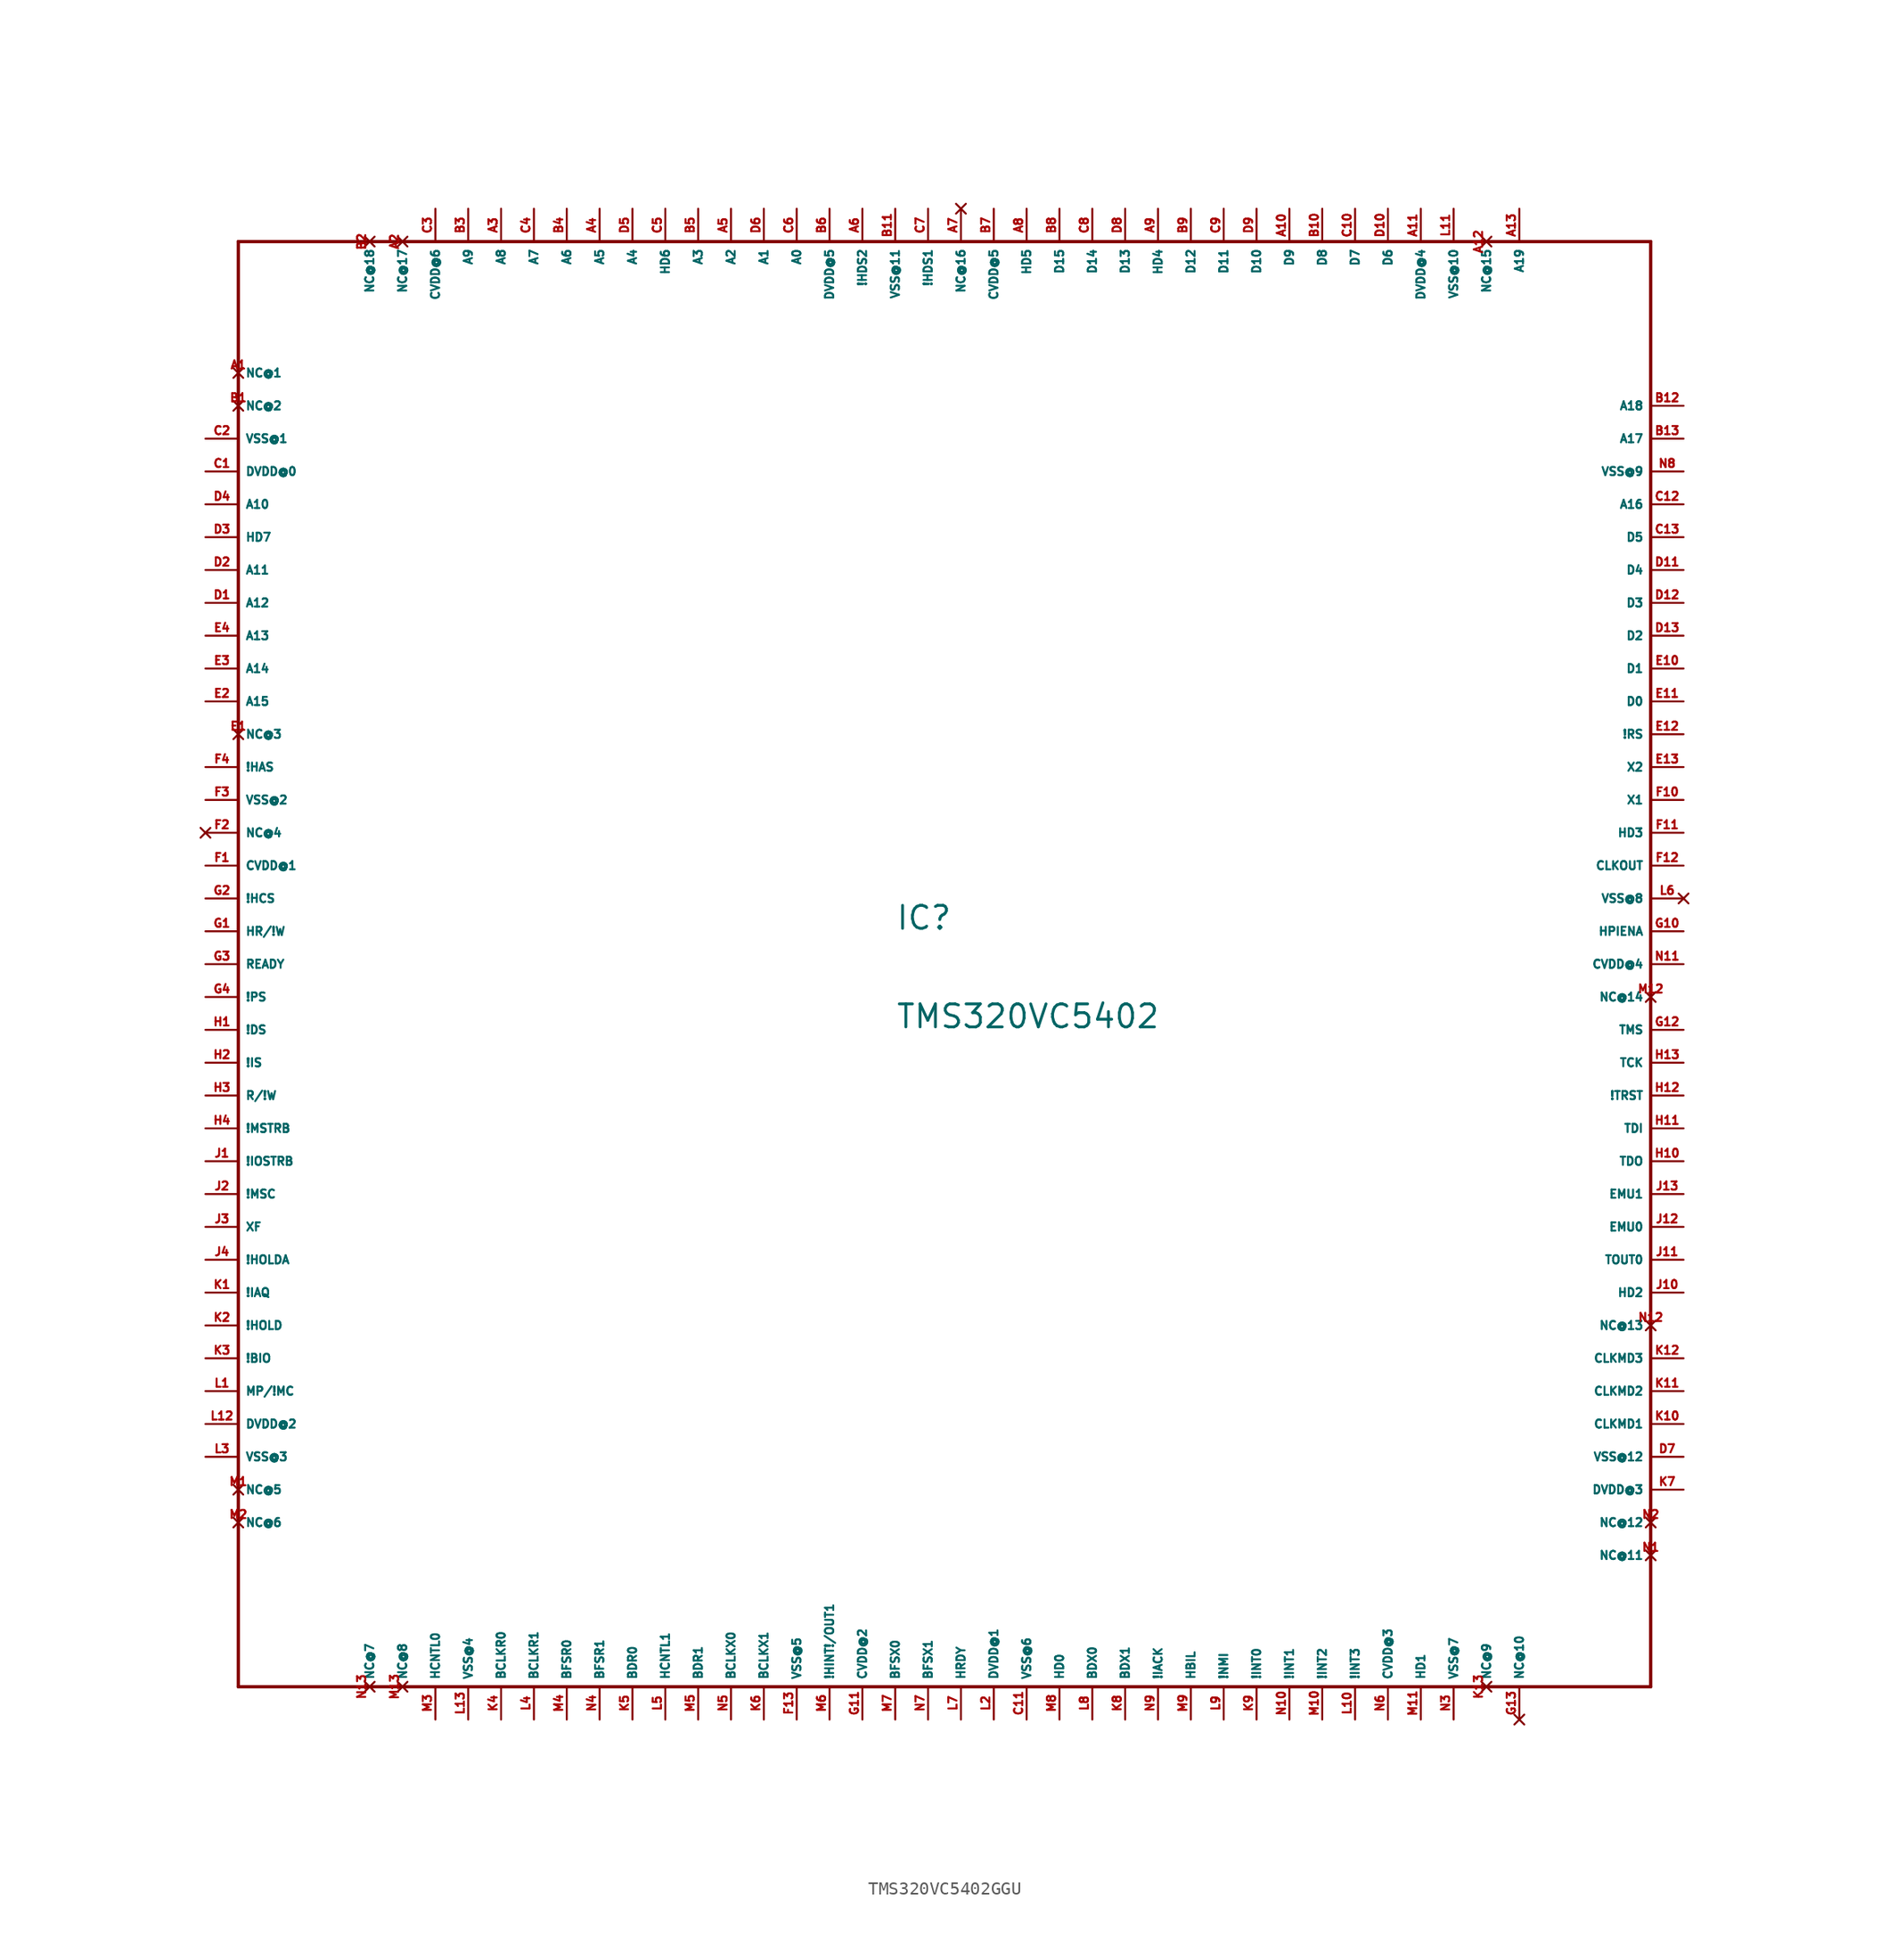
<source format=kicad_sym>
(kicad_symbol_lib
  (version 20220914)
  (generator Eagle2Kicad)
  (symbol "TMS320VC5402GGU"
    (property "Reference" "IC"
      (at -5.08 2.54 0)
      (effects (font (size 1.778 1.778) (thickness 0.22)) (justify left bottom)))
    (property "Value" "TMS320VC5402"
      (at -5.08 -5.08 0)
      (effects (font (size 1.778 1.778) (thickness 0.22)) (justify left bottom)))
    (polyline
      (pts (xy -55.88 55.88) (xy 53.34 55.88))
      (stroke (width 0.254) (type default))
      (fill (type none)))
    (polyline
      (pts (xy 53.34 55.88) (xy 53.34 -55.88))
      (stroke (width 0.254) (type default))
      (fill (type none)))
    (polyline
      (pts (xy 53.34 -55.88) (xy -55.88 -55.88))
      (stroke (width 0.254) (type default))
      (fill (type none)))
    (polyline
      (pts (xy -55.88 -55.88) (xy -55.88 55.88))
      (stroke (width 0.254) (type default))
      (fill (type none)))
    (pin no_connect line
      (at -55.88 45.72 0)
      (length 0)
      (name "NC@1" (effects (font (size 0.635 0.635) (thickness 0.08)) (justify left bottom) hide))
      (number "A1" (effects (font (size 0.635 0.635) (thickness 0.08)) (justify left bottom) hide)))
    (pin no_connect line
      (at -55.88 43.18 0)
      (length 0)
      (name "NC@2" (effects (font (size 0.635 0.635) (thickness 0.08)) (justify left bottom) hide))
      (number "B1" (effects (font (size 0.635 0.635) (thickness 0.08)) (justify left bottom) hide)))
    (pin unspecified line
      (at -58.42 40.64 0)
      (length 2.54)
      (name "VSS@1" (effects (font (size 0.635 0.635) (thickness 0.08)) (justify left bottom)))
      (number "C2" (effects (font (size 0.635 0.635) (thickness 0.08)) (justify left bottom))))
    (pin unspecified line
      (at -58.42 38.1 0)
      (length 2.54)
      (name "DVDD@0" (effects (font (size 0.635 0.635) (thickness 0.08)) (justify left bottom)))
      (number "C1" (effects (font (size 0.635 0.635) (thickness 0.08)) (justify left bottom))))
    (pin tri_state line
      (at -58.42 35.56 0)
      (length 2.54)
      (name "A10" (effects (font (size 0.635 0.635) (thickness 0.08)) (justify left bottom)))
      (number "D4" (effects (font (size 0.635 0.635) (thickness 0.08)) (justify left bottom))))
    (pin tri_state line
      (at -58.42 33.02 0)
      (length 2.54)
      (name "HD7" (effects (font (size 0.635 0.635) (thickness 0.08)) (justify left bottom)))
      (number "D3" (effects (font (size 0.635 0.635) (thickness 0.08)) (justify left bottom))))
    (pin tri_state line
      (at -58.42 30.48 0)
      (length 2.54)
      (name "A11" (effects (font (size 0.635 0.635) (thickness 0.08)) (justify left bottom)))
      (number "D2" (effects (font (size 0.635 0.635) (thickness 0.08)) (justify left bottom))))
    (pin tri_state line
      (at -58.42 27.94 0)
      (length 2.54)
      (name "A12" (effects (font (size 0.635 0.635) (thickness 0.08)) (justify left bottom)))
      (number "D1" (effects (font (size 0.635 0.635) (thickness 0.08)) (justify left bottom))))
    (pin tri_state line
      (at -58.42 25.4 0)
      (length 2.54)
      (name "A13" (effects (font (size 0.635 0.635) (thickness 0.08)) (justify left bottom)))
      (number "E4" (effects (font (size 0.635 0.635) (thickness 0.08)) (justify left bottom))))
    (pin tri_state line
      (at -58.42 22.86 0)
      (length 2.54)
      (name "A14" (effects (font (size 0.635 0.635) (thickness 0.08)) (justify left bottom)))
      (number "E3" (effects (font (size 0.635 0.635) (thickness 0.08)) (justify left bottom))))
    (pin tri_state line
      (at -58.42 20.32 0)
      (length 2.54)
      (name "A15" (effects (font (size 0.635 0.635) (thickness 0.08)) (justify left bottom)))
      (number "E2" (effects (font (size 0.635 0.635) (thickness 0.08)) (justify left bottom))))
    (pin no_connect line
      (at -55.88 17.78 0)
      (length 0)
      (name "NC@3" (effects (font (size 0.635 0.635) (thickness 0.08)) (justify left bottom) hide))
      (number "E1" (effects (font (size 0.635 0.635) (thickness 0.08)) (justify left bottom) hide)))
    (pin input line
      (at -58.42 15.24 0)
      (length 2.54)
      (name "!HAS" (effects (font (size 0.635 0.635) (thickness 0.08)) (justify left bottom)))
      (number "F4" (effects (font (size 0.635 0.635) (thickness 0.08)) (justify left bottom))))
    (pin unspecified line
      (at -58.42 12.7 0)
      (length 2.54)
      (name "VSS@2" (effects (font (size 0.635 0.635) (thickness 0.08)) (justify left bottom)))
      (number "F3" (effects (font (size 0.635 0.635) (thickness 0.08)) (justify left bottom))))
    (pin no_connect line
      (at -58.42 10.16 0)
      (length 2.54)
      (name "NC@4" (effects (font (size 0.635 0.635) (thickness 0.08)) (justify left bottom) hide))
      (number "F2" (effects (font (size 0.635 0.635) (thickness 0.08)) (justify left bottom) hide)))
    (pin unspecified line
      (at -58.42 7.62 0)
      (length 2.54)
      (name "CVDD@1" (effects (font (size 0.635 0.635) (thickness 0.08)) (justify left bottom)))
      (number "F1" (effects (font (size 0.635 0.635) (thickness 0.08)) (justify left bottom))))
    (pin input line
      (at -58.42 5.08 0)
      (length 2.54)
      (name "!HCS" (effects (font (size 0.635 0.635) (thickness 0.08)) (justify left bottom)))
      (number "G2" (effects (font (size 0.635 0.635) (thickness 0.08)) (justify left bottom))))
    (pin input line
      (at -58.42 2.54 0)
      (length 2.54)
      (name "HR/!W" (effects (font (size 0.635 0.635) (thickness 0.08)) (justify left bottom)))
      (number "G1" (effects (font (size 0.635 0.635) (thickness 0.08)) (justify left bottom))))
    (pin input line
      (at -58.42 0 0)
      (length 2.54)
      (name "READY" (effects (font (size 0.635 0.635) (thickness 0.08)) (justify left bottom)))
      (number "G3" (effects (font (size 0.635 0.635) (thickness 0.08)) (justify left bottom))))
    (pin tri_state line
      (at -58.42 -2.54 0)
      (length 2.54)
      (name "!PS" (effects (font (size 0.635 0.635) (thickness 0.08)) (justify left bottom)))
      (number "G4" (effects (font (size 0.635 0.635) (thickness 0.08)) (justify left bottom))))
    (pin tri_state line
      (at -58.42 -5.08 0)
      (length 2.54)
      (name "!DS" (effects (font (size 0.635 0.635) (thickness 0.08)) (justify left bottom)))
      (number "H1" (effects (font (size 0.635 0.635) (thickness 0.08)) (justify left bottom))))
    (pin tri_state line
      (at -58.42 -7.62 0)
      (length 2.54)
      (name "!IS" (effects (font (size 0.635 0.635) (thickness 0.08)) (justify left bottom)))
      (number "H2" (effects (font (size 0.635 0.635) (thickness 0.08)) (justify left bottom))))
    (pin tri_state line
      (at -58.42 -10.16 0)
      (length 2.54)
      (name "R/!W" (effects (font (size 0.635 0.635) (thickness 0.08)) (justify left bottom)))
      (number "H3" (effects (font (size 0.635 0.635) (thickness 0.08)) (justify left bottom))))
    (pin tri_state line
      (at -58.42 -12.7 0)
      (length 2.54)
      (name "!MSTRB" (effects (font (size 0.635 0.635) (thickness 0.08)) (justify left bottom)))
      (number "H4" (effects (font (size 0.635 0.635) (thickness 0.08)) (justify left bottom))))
    (pin tri_state line
      (at -58.42 -15.24 0)
      (length 2.54)
      (name "!IOSTRB" (effects (font (size 0.635 0.635) (thickness 0.08)) (justify left bottom)))
      (number "J1" (effects (font (size 0.635 0.635) (thickness 0.08)) (justify left bottom))))
    (pin tri_state line
      (at -58.42 -17.78 0)
      (length 2.54)
      (name "!MSC" (effects (font (size 0.635 0.635) (thickness 0.08)) (justify left bottom)))
      (number "J2" (effects (font (size 0.635 0.635) (thickness 0.08)) (justify left bottom))))
    (pin tri_state line
      (at -58.42 -20.32 0)
      (length 2.54)
      (name "XF" (effects (font (size 0.635 0.635) (thickness 0.08)) (justify left bottom)))
      (number "J3" (effects (font (size 0.635 0.635) (thickness 0.08)) (justify left bottom))))
    (pin tri_state line
      (at -58.42 -22.86 0)
      (length 2.54)
      (name "!HOLDA" (effects (font (size 0.635 0.635) (thickness 0.08)) (justify left bottom)))
      (number "J4" (effects (font (size 0.635 0.635) (thickness 0.08)) (justify left bottom))))
    (pin tri_state line
      (at -58.42 -25.4 0)
      (length 2.54)
      (name "!IAQ" (effects (font (size 0.635 0.635) (thickness 0.08)) (justify left bottom)))
      (number "K1" (effects (font (size 0.635 0.635) (thickness 0.08)) (justify left bottom))))
    (pin input line
      (at -58.42 -27.94 0)
      (length 2.54)
      (name "!HOLD" (effects (font (size 0.635 0.635) (thickness 0.08)) (justify left bottom)))
      (number "K2" (effects (font (size 0.635 0.635) (thickness 0.08)) (justify left bottom))))
    (pin input line
      (at -58.42 -30.48 0)
      (length 2.54)
      (name "!BIO" (effects (font (size 0.635 0.635) (thickness 0.08)) (justify left bottom)))
      (number "K3" (effects (font (size 0.635 0.635) (thickness 0.08)) (justify left bottom))))
    (pin input line
      (at -58.42 -33.02 0)
      (length 2.54)
      (name "MP/!MC" (effects (font (size 0.635 0.635) (thickness 0.08)) (justify left bottom)))
      (number "L1" (effects (font (size 0.635 0.635) (thickness 0.08)) (justify left bottom))))
    (pin unspecified line
      (at -58.42 -35.56 0)
      (length 2.54)
      (name "DVDD@2" (effects (font (size 0.635 0.635) (thickness 0.08)) (justify left bottom)))
      (number "L12" (effects (font (size 0.635 0.635) (thickness 0.08)) (justify left bottom))))
    (pin unspecified line
      (at -58.42 -38.1 0)
      (length 2.54)
      (name "VSS@3" (effects (font (size 0.635 0.635) (thickness 0.08)) (justify left bottom)))
      (number "L3" (effects (font (size 0.635 0.635) (thickness 0.08)) (justify left bottom))))
    (pin no_connect line
      (at -55.88 -40.64 0)
      (length 0)
      (name "NC@5" (effects (font (size 0.635 0.635) (thickness 0.08)) (justify left bottom) hide))
      (number "M1" (effects (font (size 0.635 0.635) (thickness 0.08)) (justify left bottom) hide)))
    (pin no_connect line
      (at -55.88 -43.18 0)
      (length 0)
      (name "NC@6" (effects (font (size 0.635 0.635) (thickness 0.08)) (justify left bottom) hide))
      (number "M2" (effects (font (size 0.635 0.635) (thickness 0.08)) (justify left bottom) hide)))
    (pin no_connect line
      (at -45.72 -55.88 90)
      (length 0)
      (name "NC@7" (effects (font (size 0.635 0.635) (thickness 0.08)) (justify left bottom) hide))
      (number "N13" (effects (font (size 0.635 0.635) (thickness 0.08)) (justify left bottom) hide)))
    (pin no_connect line
      (at -43.18 -55.88 90)
      (length 0)
      (name "NC@8" (effects (font (size 0.635 0.635) (thickness 0.08)) (justify left bottom) hide))
      (number "M13" (effects (font (size 0.635 0.635) (thickness 0.08)) (justify left bottom) hide)))
    (pin input line
      (at -40.64 -58.42 90)
      (length 2.54)
      (name "HCNTL0" (effects (font (size 0.635 0.635) (thickness 0.08)) (justify left bottom)))
      (number "M3" (effects (font (size 0.635 0.635) (thickness 0.08)) (justify left bottom))))
    (pin unspecified line
      (at -38.1 -58.42 90)
      (length 2.54)
      (name "VSS@4" (effects (font (size 0.635 0.635) (thickness 0.08)) (justify left bottom)))
      (number "L13" (effects (font (size 0.635 0.635) (thickness 0.08)) (justify left bottom))))
    (pin tri_state line
      (at -35.56 -58.42 90)
      (length 2.54)
      (name "BCLKR0" (effects (font (size 0.635 0.635) (thickness 0.08)) (justify left bottom)))
      (number "K4" (effects (font (size 0.635 0.635) (thickness 0.08)) (justify left bottom))))
    (pin tri_state line
      (at -33.02 -58.42 90)
      (length 2.54)
      (name "BCLKR1" (effects (font (size 0.635 0.635) (thickness 0.08)) (justify left bottom)))
      (number "L4" (effects (font (size 0.635 0.635) (thickness 0.08)) (justify left bottom))))
    (pin tri_state line
      (at -30.48 -58.42 90)
      (length 2.54)
      (name "BFSR0" (effects (font (size 0.635 0.635) (thickness 0.08)) (justify left bottom)))
      (number "M4" (effects (font (size 0.635 0.635) (thickness 0.08)) (justify left bottom))))
    (pin tri_state line
      (at -27.94 -58.42 90)
      (length 2.54)
      (name "BFSR1" (effects (font (size 0.635 0.635) (thickness 0.08)) (justify left bottom)))
      (number "N4" (effects (font (size 0.635 0.635) (thickness 0.08)) (justify left bottom))))
    (pin input line
      (at -25.4 -58.42 90)
      (length 2.54)
      (name "BDR0" (effects (font (size 0.635 0.635) (thickness 0.08)) (justify left bottom)))
      (number "K5" (effects (font (size 0.635 0.635) (thickness 0.08)) (justify left bottom))))
    (pin input line
      (at -22.86 -58.42 90)
      (length 2.54)
      (name "HCNTL1" (effects (font (size 0.635 0.635) (thickness 0.08)) (justify left bottom)))
      (number "L5" (effects (font (size 0.635 0.635) (thickness 0.08)) (justify left bottom))))
    (pin input line
      (at -20.32 -58.42 90)
      (length 2.54)
      (name "BDR1" (effects (font (size 0.635 0.635) (thickness 0.08)) (justify left bottom)))
      (number "M5" (effects (font (size 0.635 0.635) (thickness 0.08)) (justify left bottom))))
    (pin tri_state line
      (at -17.78 -58.42 90)
      (length 2.54)
      (name "BCLKX0" (effects (font (size 0.635 0.635) (thickness 0.08)) (justify left bottom)))
      (number "N5" (effects (font (size 0.635 0.635) (thickness 0.08)) (justify left bottom))))
    (pin tri_state line
      (at -15.24 -58.42 90)
      (length 2.54)
      (name "BCLKX1" (effects (font (size 0.635 0.635) (thickness 0.08)) (justify left bottom)))
      (number "K6" (effects (font (size 0.635 0.635) (thickness 0.08)) (justify left bottom))))
    (pin unspecified line
      (at -12.7 -58.42 90)
      (length 2.54)
      (name "VSS@5" (effects (font (size 0.635 0.635) (thickness 0.08)) (justify left bottom)))
      (number "F13" (effects (font (size 0.635 0.635) (thickness 0.08)) (justify left bottom))))
    (pin tri_state line
      (at -10.16 -58.42 90)
      (length 2.54)
      (name "!HINT!/OUT1" (effects (font (size 0.635 0.635) (thickness 0.08)) (justify left bottom)))
      (number "M6" (effects (font (size 0.635 0.635) (thickness 0.08)) (justify left bottom))))
    (pin unspecified line
      (at -7.62 -58.42 90)
      (length 2.54)
      (name "CVDD@2" (effects (font (size 0.635 0.635) (thickness 0.08)) (justify left bottom)))
      (number "G11" (effects (font (size 0.635 0.635) (thickness 0.08)) (justify left bottom))))
    (pin tri_state line
      (at -5.08 -58.42 90)
      (length 2.54)
      (name "BFSX0" (effects (font (size 0.635 0.635) (thickness 0.08)) (justify left bottom)))
      (number "M7" (effects (font (size 0.635 0.635) (thickness 0.08)) (justify left bottom))))
    (pin tri_state line
      (at -2.54 -58.42 90)
      (length 2.54)
      (name "BFSX1" (effects (font (size 0.635 0.635) (thickness 0.08)) (justify left bottom)))
      (number "N7" (effects (font (size 0.635 0.635) (thickness 0.08)) (justify left bottom))))
    (pin tri_state line
      (at 0 -58.42 90)
      (length 2.54)
      (name "HRDY" (effects (font (size 0.635 0.635) (thickness 0.08)) (justify left bottom)))
      (number "L7" (effects (font (size 0.635 0.635) (thickness 0.08)) (justify left bottom))))
    (pin unspecified line
      (at 2.54 -58.42 90)
      (length 2.54)
      (name "DVDD@1" (effects (font (size 0.635 0.635) (thickness 0.08)) (justify left bottom)))
      (number "L2" (effects (font (size 0.635 0.635) (thickness 0.08)) (justify left bottom))))
    (pin unspecified line
      (at 5.08 -58.42 90)
      (length 2.54)
      (name "VSS@6" (effects (font (size 0.635 0.635) (thickness 0.08)) (justify left bottom)))
      (number "C11" (effects (font (size 0.635 0.635) (thickness 0.08)) (justify left bottom))))
    (pin tri_state line
      (at 7.62 -58.42 90)
      (length 2.54)
      (name "HD0" (effects (font (size 0.635 0.635) (thickness 0.08)) (justify left bottom)))
      (number "M8" (effects (font (size 0.635 0.635) (thickness 0.08)) (justify left bottom))))
    (pin tri_state line
      (at 10.16 -58.42 90)
      (length 2.54)
      (name "BDX0" (effects (font (size 0.635 0.635) (thickness 0.08)) (justify left bottom)))
      (number "L8" (effects (font (size 0.635 0.635) (thickness 0.08)) (justify left bottom))))
    (pin tri_state line
      (at 12.7 -58.42 90)
      (length 2.54)
      (name "BDX1" (effects (font (size 0.635 0.635) (thickness 0.08)) (justify left bottom)))
      (number "K8" (effects (font (size 0.635 0.635) (thickness 0.08)) (justify left bottom))))
    (pin tri_state line
      (at 15.24 -58.42 90)
      (length 2.54)
      (name "!IACK" (effects (font (size 0.635 0.635) (thickness 0.08)) (justify left bottom)))
      (number "N9" (effects (font (size 0.635 0.635) (thickness 0.08)) (justify left bottom))))
    (pin input line
      (at 17.78 -58.42 90)
      (length 2.54)
      (name "HBIL" (effects (font (size 0.635 0.635) (thickness 0.08)) (justify left bottom)))
      (number "M9" (effects (font (size 0.635 0.635) (thickness 0.08)) (justify left bottom))))
    (pin input line
      (at 20.32 -58.42 90)
      (length 2.54)
      (name "!NMI" (effects (font (size 0.635 0.635) (thickness 0.08)) (justify left bottom)))
      (number "L9" (effects (font (size 0.635 0.635) (thickness 0.08)) (justify left bottom))))
    (pin input line
      (at 22.86 -58.42 90)
      (length 2.54)
      (name "!INT0" (effects (font (size 0.635 0.635) (thickness 0.08)) (justify left bottom)))
      (number "K9" (effects (font (size 0.635 0.635) (thickness 0.08)) (justify left bottom))))
    (pin input line
      (at 25.4 -58.42 90)
      (length 2.54)
      (name "!INT1" (effects (font (size 0.635 0.635) (thickness 0.08)) (justify left bottom)))
      (number "N10" (effects (font (size 0.635 0.635) (thickness 0.08)) (justify left bottom))))
    (pin input line
      (at 27.94 -58.42 90)
      (length 2.54)
      (name "!INT2" (effects (font (size 0.635 0.635) (thickness 0.08)) (justify left bottom)))
      (number "M10" (effects (font (size 0.635 0.635) (thickness 0.08)) (justify left bottom))))
    (pin input line
      (at 30.48 -58.42 90)
      (length 2.54)
      (name "!INT3" (effects (font (size 0.635 0.635) (thickness 0.08)) (justify left bottom)))
      (number "L10" (effects (font (size 0.635 0.635) (thickness 0.08)) (justify left bottom))))
    (pin unspecified line
      (at 33.02 -58.42 90)
      (length 2.54)
      (name "CVDD@3" (effects (font (size 0.635 0.635) (thickness 0.08)) (justify left bottom)))
      (number "N6" (effects (font (size 0.635 0.635) (thickness 0.08)) (justify left bottom))))
    (pin tri_state line
      (at 35.56 -58.42 90)
      (length 2.54)
      (name "HD1" (effects (font (size 0.635 0.635) (thickness 0.08)) (justify left bottom)))
      (number "M11" (effects (font (size 0.635 0.635) (thickness 0.08)) (justify left bottom))))
    (pin unspecified line
      (at 38.1 -58.42 90)
      (length 2.54)
      (name "VSS@7" (effects (font (size 0.635 0.635) (thickness 0.08)) (justify left bottom)))
      (number "N3" (effects (font (size 0.635 0.635) (thickness 0.08)) (justify left bottom))))
    (pin no_connect line
      (at 40.64 -55.88 90)
      (length 0)
      (name "NC@9" (effects (font (size 0.635 0.635) (thickness 0.08)) (justify left bottom) hide))
      (number "K13" (effects (font (size 0.635 0.635) (thickness 0.08)) (justify left bottom) hide)))
    (pin no_connect line
      (at 43.18 -58.42 90)
      (length 2.54)
      (name "NC@10" (effects (font (size 0.635 0.635) (thickness 0.08)) (justify left bottom) hide))
      (number "G13" (effects (font (size 0.635 0.635) (thickness 0.08)) (justify left bottom) hide)))
    (pin no_connect line
      (at 53.34 -45.72 180)
      (length 0)
      (name "NC@11" (effects (font (size 0.635 0.635) (thickness 0.08)) (justify left bottom) hide))
      (number "N1" (effects (font (size 0.635 0.635) (thickness 0.08)) (justify left bottom) hide)))
    (pin no_connect line
      (at 53.34 -43.18 180)
      (length 0)
      (name "NC@12" (effects (font (size 0.635 0.635) (thickness 0.08)) (justify left bottom) hide))
      (number "N2" (effects (font (size 0.635 0.635) (thickness 0.08)) (justify left bottom) hide)))
    (pin unspecified line
      (at 55.88 -40.64 180)
      (length 2.54)
      (name "DVDD@3" (effects (font (size 0.635 0.635) (thickness 0.08)) (justify left bottom)))
      (number "K7" (effects (font (size 0.635 0.635) (thickness 0.08)) (justify left bottom))))
    (pin input line
      (at 55.88 -35.56 180)
      (length 2.54)
      (name "CLKMD1" (effects (font (size 0.635 0.635) (thickness 0.08)) (justify left bottom)))
      (number "K10" (effects (font (size 0.635 0.635) (thickness 0.08)) (justify left bottom))))
    (pin input line
      (at 55.88 -33.02 180)
      (length 2.54)
      (name "CLKMD2" (effects (font (size 0.635 0.635) (thickness 0.08)) (justify left bottom)))
      (number "K11" (effects (font (size 0.635 0.635) (thickness 0.08)) (justify left bottom))))
    (pin input line
      (at 55.88 -30.48 180)
      (length 2.54)
      (name "CLKMD3" (effects (font (size 0.635 0.635) (thickness 0.08)) (justify left bottom)))
      (number "K12" (effects (font (size 0.635 0.635) (thickness 0.08)) (justify left bottom))))
    (pin no_connect line
      (at 53.34 -27.94 180)
      (length 0)
      (name "NC@13" (effects (font (size 0.635 0.635) (thickness 0.08)) (justify left bottom) hide))
      (number "N12" (effects (font (size 0.635 0.635) (thickness 0.08)) (justify left bottom) hide)))
    (pin tri_state line
      (at 55.88 -25.4 180)
      (length 2.54)
      (name "HD2" (effects (font (size 0.635 0.635) (thickness 0.08)) (justify left bottom)))
      (number "J10" (effects (font (size 0.635 0.635) (thickness 0.08)) (justify left bottom))))
    (pin tri_state line
      (at 55.88 -22.86 180)
      (length 2.54)
      (name "TOUT0" (effects (font (size 0.635 0.635) (thickness 0.08)) (justify left bottom)))
      (number "J11" (effects (font (size 0.635 0.635) (thickness 0.08)) (justify left bottom))))
    (pin tri_state line
      (at 55.88 -20.32 180)
      (length 2.54)
      (name "EMU0" (effects (font (size 0.635 0.635) (thickness 0.08)) (justify left bottom)))
      (number "J12" (effects (font (size 0.635 0.635) (thickness 0.08)) (justify left bottom))))
    (pin tri_state line
      (at 55.88 -17.78 180)
      (length 2.54)
      (name "EMU1" (effects (font (size 0.635 0.635) (thickness 0.08)) (justify left bottom)))
      (number "J13" (effects (font (size 0.635 0.635) (thickness 0.08)) (justify left bottom))))
    (pin tri_state line
      (at 55.88 -15.24 180)
      (length 2.54)
      (name "TDO" (effects (font (size 0.635 0.635) (thickness 0.08)) (justify left bottom)))
      (number "H10" (effects (font (size 0.635 0.635) (thickness 0.08)) (justify left bottom))))
    (pin input line
      (at 55.88 -12.7 180)
      (length 2.54)
      (name "TDI" (effects (font (size 0.635 0.635) (thickness 0.08)) (justify left bottom)))
      (number "H11" (effects (font (size 0.635 0.635) (thickness 0.08)) (justify left bottom))))
    (pin input line
      (at 55.88 -10.16 180)
      (length 2.54)
      (name "!TRST" (effects (font (size 0.635 0.635) (thickness 0.08)) (justify left bottom)))
      (number "H12" (effects (font (size 0.635 0.635) (thickness 0.08)) (justify left bottom))))
    (pin input line
      (at 55.88 -7.62 180)
      (length 2.54)
      (name "TCK" (effects (font (size 0.635 0.635) (thickness 0.08)) (justify left bottom)))
      (number "H13" (effects (font (size 0.635 0.635) (thickness 0.08)) (justify left bottom))))
    (pin input line
      (at 55.88 -5.08 180)
      (length 2.54)
      (name "TMS" (effects (font (size 0.635 0.635) (thickness 0.08)) (justify left bottom)))
      (number "G12" (effects (font (size 0.635 0.635) (thickness 0.08)) (justify left bottom))))
    (pin no_connect line
      (at 53.34 -2.54 180)
      (length 0)
      (name "NC@14" (effects (font (size 0.635 0.635) (thickness 0.08)) (justify left bottom) hide))
      (number "M12" (effects (font (size 0.635 0.635) (thickness 0.08)) (justify left bottom) hide)))
    (pin unspecified line
      (at 55.88 0 180)
      (length 2.54)
      (name "CVDD@4" (effects (font (size 0.635 0.635) (thickness 0.08)) (justify left bottom)))
      (number "N11" (effects (font (size 0.635 0.635) (thickness 0.08)) (justify left bottom))))
    (pin input line
      (at 55.88 2.54 180)
      (length 2.54)
      (name "HPIENA" (effects (font (size 0.635 0.635) (thickness 0.08)) (justify left bottom)))
      (number "G10" (effects (font (size 0.635 0.635) (thickness 0.08)) (justify left bottom))))
    (pin no_connect line
      (at 55.88 5.08 180)
      (length 2.54)
      (name "VSS@8" (effects (font (size 0.635 0.635) (thickness 0.08)) (justify left bottom) hide))
      (number "L6" (effects (font (size 0.635 0.635) (thickness 0.08)) (justify left bottom) hide)))
    (pin tri_state line
      (at 55.88 7.62 180)
      (length 2.54)
      (name "CLKOUT" (effects (font (size 0.635 0.635) (thickness 0.08)) (justify left bottom)))
      (number "F12" (effects (font (size 0.635 0.635) (thickness 0.08)) (justify left bottom))))
    (pin tri_state line
      (at 55.88 10.16 180)
      (length 2.54)
      (name "HD3" (effects (font (size 0.635 0.635) (thickness 0.08)) (justify left bottom)))
      (number "F11" (effects (font (size 0.635 0.635) (thickness 0.08)) (justify left bottom))))
    (pin output line
      (at 55.88 12.7 180)
      (length 2.54)
      (name "X1" (effects (font (size 0.635 0.635) (thickness 0.08)) (justify left bottom)))
      (number "F10" (effects (font (size 0.635 0.635) (thickness 0.08)) (justify left bottom))))
    (pin input line
      (at 55.88 15.24 180)
      (length 2.54)
      (name "X2" (effects (font (size 0.635 0.635) (thickness 0.08)) (justify left bottom)))
      (number "E13" (effects (font (size 0.635 0.635) (thickness 0.08)) (justify left bottom))))
    (pin input line
      (at 55.88 17.78 180)
      (length 2.54)
      (name "!RS" (effects (font (size 0.635 0.635) (thickness 0.08)) (justify left bottom)))
      (number "E12" (effects (font (size 0.635 0.635) (thickness 0.08)) (justify left bottom))))
    (pin tri_state line
      (at 55.88 20.32 180)
      (length 2.54)
      (name "D0" (effects (font (size 0.635 0.635) (thickness 0.08)) (justify left bottom)))
      (number "E11" (effects (font (size 0.635 0.635) (thickness 0.08)) (justify left bottom))))
    (pin tri_state line
      (at 55.88 22.86 180)
      (length 2.54)
      (name "D1" (effects (font (size 0.635 0.635) (thickness 0.08)) (justify left bottom)))
      (number "E10" (effects (font (size 0.635 0.635) (thickness 0.08)) (justify left bottom))))
    (pin tri_state line
      (at 55.88 25.4 180)
      (length 2.54)
      (name "D2" (effects (font (size 0.635 0.635) (thickness 0.08)) (justify left bottom)))
      (number "D13" (effects (font (size 0.635 0.635) (thickness 0.08)) (justify left bottom))))
    (pin tri_state line
      (at 55.88 27.94 180)
      (length 2.54)
      (name "D3" (effects (font (size 0.635 0.635) (thickness 0.08)) (justify left bottom)))
      (number "D12" (effects (font (size 0.635 0.635) (thickness 0.08)) (justify left bottom))))
    (pin tri_state line
      (at 55.88 30.48 180)
      (length 2.54)
      (name "D4" (effects (font (size 0.635 0.635) (thickness 0.08)) (justify left bottom)))
      (number "D11" (effects (font (size 0.635 0.635) (thickness 0.08)) (justify left bottom))))
    (pin tri_state line
      (at 55.88 33.02 180)
      (length 2.54)
      (name "D5" (effects (font (size 0.635 0.635) (thickness 0.08)) (justify left bottom)))
      (number "C13" (effects (font (size 0.635 0.635) (thickness 0.08)) (justify left bottom))))
    (pin tri_state line
      (at 55.88 35.56 180)
      (length 2.54)
      (name "A16" (effects (font (size 0.635 0.635) (thickness 0.08)) (justify left bottom)))
      (number "C12" (effects (font (size 0.635 0.635) (thickness 0.08)) (justify left bottom))))
    (pin unspecified line
      (at 55.88 38.1 180)
      (length 2.54)
      (name "VSS@9" (effects (font (size 0.635 0.635) (thickness 0.08)) (justify left bottom)))
      (number "N8" (effects (font (size 0.635 0.635) (thickness 0.08)) (justify left bottom))))
    (pin tri_state line
      (at 55.88 40.64 180)
      (length 2.54)
      (name "A17" (effects (font (size 0.635 0.635) (thickness 0.08)) (justify left bottom)))
      (number "B13" (effects (font (size 0.635 0.635) (thickness 0.08)) (justify left bottom))))
    (pin tri_state line
      (at 55.88 43.18 180)
      (length 2.54)
      (name "A18" (effects (font (size 0.635 0.635) (thickness 0.08)) (justify left bottom)))
      (number "B12" (effects (font (size 0.635 0.635) (thickness 0.08)) (justify left bottom))))
    (pin tri_state line
      (at 43.18 58.42 270)
      (length 2.54)
      (name "A19" (effects (font (size 0.635 0.635) (thickness 0.08)) (justify left bottom)))
      (number "A13" (effects (font (size 0.635 0.635) (thickness 0.08)) (justify left bottom))))
    (pin no_connect line
      (at 40.64 55.88 270)
      (length 0)
      (name "NC@15" (effects (font (size 0.635 0.635) (thickness 0.08)) (justify left bottom) hide))
      (number "A12" (effects (font (size 0.635 0.635) (thickness 0.08)) (justify left bottom) hide)))
    (pin unspecified line
      (at 38.1 58.42 270)
      (length 2.54)
      (name "VSS@10" (effects (font (size 0.635 0.635) (thickness 0.08)) (justify left bottom)))
      (number "L11" (effects (font (size 0.635 0.635) (thickness 0.08)) (justify left bottom))))
    (pin unspecified line
      (at 35.56 58.42 270)
      (length 2.54)
      (name "DVDD@4" (effects (font (size 0.635 0.635) (thickness 0.08)) (justify left bottom)))
      (number "A11" (effects (font (size 0.635 0.635) (thickness 0.08)) (justify left bottom))))
    (pin tri_state line
      (at 33.02 58.42 270)
      (length 2.54)
      (name "D6" (effects (font (size 0.635 0.635) (thickness 0.08)) (justify left bottom)))
      (number "D10" (effects (font (size 0.635 0.635) (thickness 0.08)) (justify left bottom))))
    (pin tri_state line
      (at 30.48 58.42 270)
      (length 2.54)
      (name "D7" (effects (font (size 0.635 0.635) (thickness 0.08)) (justify left bottom)))
      (number "C10" (effects (font (size 0.635 0.635) (thickness 0.08)) (justify left bottom))))
    (pin tri_state line
      (at 27.94 58.42 270)
      (length 2.54)
      (name "D8" (effects (font (size 0.635 0.635) (thickness 0.08)) (justify left bottom)))
      (number "B10" (effects (font (size 0.635 0.635) (thickness 0.08)) (justify left bottom))))
    (pin tri_state line
      (at 25.4 58.42 270)
      (length 2.54)
      (name "D9" (effects (font (size 0.635 0.635) (thickness 0.08)) (justify left bottom)))
      (number "A10" (effects (font (size 0.635 0.635) (thickness 0.08)) (justify left bottom))))
    (pin tri_state line
      (at 22.86 58.42 270)
      (length 2.54)
      (name "D10" (effects (font (size 0.635 0.635) (thickness 0.08)) (justify left bottom)))
      (number "D9" (effects (font (size 0.635 0.635) (thickness 0.08)) (justify left bottom))))
    (pin tri_state line
      (at 20.32 58.42 270)
      (length 2.54)
      (name "D11" (effects (font (size 0.635 0.635) (thickness 0.08)) (justify left bottom)))
      (number "C9" (effects (font (size 0.635 0.635) (thickness 0.08)) (justify left bottom))))
    (pin tri_state line
      (at 17.78 58.42 270)
      (length 2.54)
      (name "D12" (effects (font (size 0.635 0.635) (thickness 0.08)) (justify left bottom)))
      (number "B9" (effects (font (size 0.635 0.635) (thickness 0.08)) (justify left bottom))))
    (pin tri_state line
      (at 15.24 58.42 270)
      (length 2.54)
      (name "HD4" (effects (font (size 0.635 0.635) (thickness 0.08)) (justify left bottom)))
      (number "A9" (effects (font (size 0.635 0.635) (thickness 0.08)) (justify left bottom))))
    (pin tri_state line
      (at 12.7 58.42 270)
      (length 2.54)
      (name "D13" (effects (font (size 0.635 0.635) (thickness 0.08)) (justify left bottom)))
      (number "D8" (effects (font (size 0.635 0.635) (thickness 0.08)) (justify left bottom))))
    (pin tri_state line
      (at 10.16 58.42 270)
      (length 2.54)
      (name "D14" (effects (font (size 0.635 0.635) (thickness 0.08)) (justify left bottom)))
      (number "C8" (effects (font (size 0.635 0.635) (thickness 0.08)) (justify left bottom))))
    (pin tri_state line
      (at 7.62 58.42 270)
      (length 2.54)
      (name "D15" (effects (font (size 0.635 0.635) (thickness 0.08)) (justify left bottom)))
      (number "B8" (effects (font (size 0.635 0.635) (thickness 0.08)) (justify left bottom))))
    (pin tri_state line
      (at 5.08 58.42 270)
      (length 2.54)
      (name "HD5" (effects (font (size 0.635 0.635) (thickness 0.08)) (justify left bottom)))
      (number "A8" (effects (font (size 0.635 0.635) (thickness 0.08)) (justify left bottom))))
    (pin unspecified line
      (at 2.54 58.42 270)
      (length 2.54)
      (name "CVDD@5" (effects (font (size 0.635 0.635) (thickness 0.08)) (justify left bottom)))
      (number "B7" (effects (font (size 0.635 0.635) (thickness 0.08)) (justify left bottom))))
    (pin no_connect line
      (at 0 58.42 270)
      (length 2.54)
      (name "NC@16" (effects (font (size 0.635 0.635) (thickness 0.08)) (justify left bottom) hide))
      (number "A7" (effects (font (size 0.635 0.635) (thickness 0.08)) (justify left bottom) hide)))
    (pin input line
      (at -2.54 58.42 270)
      (length 2.54)
      (name "!HDS1" (effects (font (size 0.635 0.635) (thickness 0.08)) (justify left bottom)))
      (number "C7" (effects (font (size 0.635 0.635) (thickness 0.08)) (justify left bottom))))
    (pin unspecified line
      (at -5.08 58.42 270)
      (length 2.54)
      (name "VSS@11" (effects (font (size 0.635 0.635) (thickness 0.08)) (justify left bottom)))
      (number "B11" (effects (font (size 0.635 0.635) (thickness 0.08)) (justify left bottom))))
    (pin input line
      (at -7.62 58.42 270)
      (length 2.54)
      (name "!HDS2" (effects (font (size 0.635 0.635) (thickness 0.08)) (justify left bottom)))
      (number "A6" (effects (font (size 0.635 0.635) (thickness 0.08)) (justify left bottom))))
    (pin unspecified line
      (at -10.16 58.42 270)
      (length 2.54)
      (name "DVDD@5" (effects (font (size 0.635 0.635) (thickness 0.08)) (justify left bottom)))
      (number "B6" (effects (font (size 0.635 0.635) (thickness 0.08)) (justify left bottom))))
    (pin tri_state line
      (at -12.7 58.42 270)
      (length 2.54)
      (name "A0" (effects (font (size 0.635 0.635) (thickness 0.08)) (justify left bottom)))
      (number "C6" (effects (font (size 0.635 0.635) (thickness 0.08)) (justify left bottom))))
    (pin tri_state line
      (at -15.24 58.42 270)
      (length 2.54)
      (name "A1" (effects (font (size 0.635 0.635) (thickness 0.08)) (justify left bottom)))
      (number "D6" (effects (font (size 0.635 0.635) (thickness 0.08)) (justify left bottom))))
    (pin tri_state line
      (at -17.78 58.42 270)
      (length 2.54)
      (name "A2" (effects (font (size 0.635 0.635) (thickness 0.08)) (justify left bottom)))
      (number "A5" (effects (font (size 0.635 0.635) (thickness 0.08)) (justify left bottom))))
    (pin tri_state line
      (at -20.32 58.42 270)
      (length 2.54)
      (name "A3" (effects (font (size 0.635 0.635) (thickness 0.08)) (justify left bottom)))
      (number "B5" (effects (font (size 0.635 0.635) (thickness 0.08)) (justify left bottom))))
    (pin tri_state line
      (at -22.86 58.42 270)
      (length 2.54)
      (name "HD6" (effects (font (size 0.635 0.635) (thickness 0.08)) (justify left bottom)))
      (number "C5" (effects (font (size 0.635 0.635) (thickness 0.08)) (justify left bottom))))
    (pin tri_state line
      (at -25.4 58.42 270)
      (length 2.54)
      (name "A4" (effects (font (size 0.635 0.635) (thickness 0.08)) (justify left bottom)))
      (number "D5" (effects (font (size 0.635 0.635) (thickness 0.08)) (justify left bottom))))
    (pin tri_state line
      (at -27.94 58.42 270)
      (length 2.54)
      (name "A5" (effects (font (size 0.635 0.635) (thickness 0.08)) (justify left bottom)))
      (number "A4" (effects (font (size 0.635 0.635) (thickness 0.08)) (justify left bottom))))
    (pin tri_state line
      (at -30.48 58.42 270)
      (length 2.54)
      (name "A6" (effects (font (size 0.635 0.635) (thickness 0.08)) (justify left bottom)))
      (number "B4" (effects (font (size 0.635 0.635) (thickness 0.08)) (justify left bottom))))
    (pin tri_state line
      (at -33.02 58.42 270)
      (length 2.54)
      (name "A7" (effects (font (size 0.635 0.635) (thickness 0.08)) (justify left bottom)))
      (number "C4" (effects (font (size 0.635 0.635) (thickness 0.08)) (justify left bottom))))
    (pin tri_state line
      (at -35.56 58.42 270)
      (length 2.54)
      (name "A8" (effects (font (size 0.635 0.635) (thickness 0.08)) (justify left bottom)))
      (number "A3" (effects (font (size 0.635 0.635) (thickness 0.08)) (justify left bottom))))
    (pin tri_state line
      (at -38.1 58.42 270)
      (length 2.54)
      (name "A9" (effects (font (size 0.635 0.635) (thickness 0.08)) (justify left bottom)))
      (number "B3" (effects (font (size 0.635 0.635) (thickness 0.08)) (justify left bottom))))
    (pin unspecified line
      (at -40.64 58.42 270)
      (length 2.54)
      (name "CVDD@6" (effects (font (size 0.635 0.635) (thickness 0.08)) (justify left bottom)))
      (number "C3" (effects (font (size 0.635 0.635) (thickness 0.08)) (justify left bottom))))
    (pin no_connect line
      (at -43.18 55.88 270)
      (length 0)
      (name "NC@17" (effects (font (size 0.635 0.635) (thickness 0.08)) (justify left bottom) hide))
      (number "A2" (effects (font (size 0.635 0.635) (thickness 0.08)) (justify left bottom) hide)))
    (pin no_connect line
      (at -45.72 55.88 270)
      (length 0)
      (name "NC@18" (effects (font (size 0.635 0.635) (thickness 0.08)) (justify left bottom) hide))
      (number "B2" (effects (font (size 0.635 0.635) (thickness 0.08)) (justify left bottom) hide)))
    (pin unspecified line
      (at 55.88 -38.1 180)
      (length 2.54)
      (name "VSS@12" (effects (font (size 0.635 0.635) (thickness 0.08)) (justify left bottom)))
      (number "D7" (effects (font (size 0.635 0.635) (thickness 0.08)) (justify left bottom))))))
</source>
